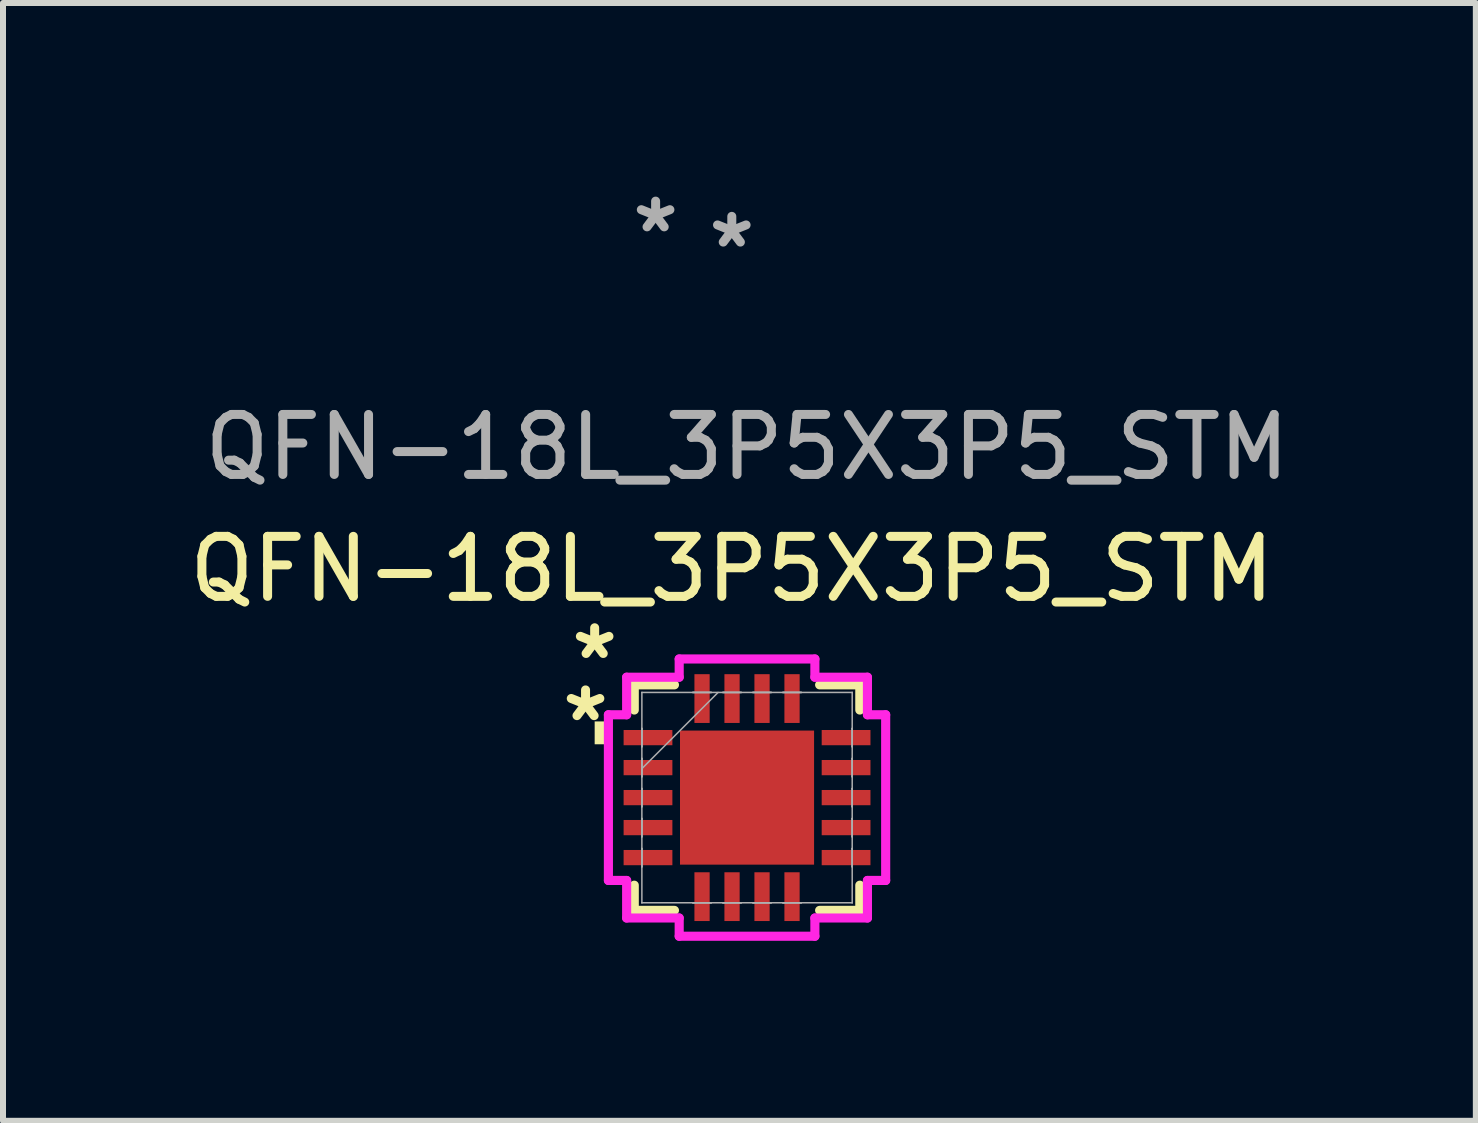
<source format=kicad_pcb>
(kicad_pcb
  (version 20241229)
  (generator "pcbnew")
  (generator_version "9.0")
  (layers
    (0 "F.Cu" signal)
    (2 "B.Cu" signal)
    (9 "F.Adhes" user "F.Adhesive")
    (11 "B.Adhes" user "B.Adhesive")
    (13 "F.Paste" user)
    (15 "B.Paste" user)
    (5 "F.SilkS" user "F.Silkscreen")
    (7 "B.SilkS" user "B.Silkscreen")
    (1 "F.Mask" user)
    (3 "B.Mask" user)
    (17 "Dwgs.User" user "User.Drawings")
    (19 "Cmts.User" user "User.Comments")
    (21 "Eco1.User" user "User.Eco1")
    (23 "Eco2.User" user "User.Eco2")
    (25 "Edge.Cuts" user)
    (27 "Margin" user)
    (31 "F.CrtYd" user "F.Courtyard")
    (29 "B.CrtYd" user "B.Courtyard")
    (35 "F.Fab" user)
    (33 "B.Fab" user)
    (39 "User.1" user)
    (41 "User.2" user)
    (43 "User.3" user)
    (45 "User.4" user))
  (footprint "QFN-18L_3P5X3P5_STM"
    (layer "F.Cu")
    (at 9.403 10.246)
    (property "Reference" "QFN-18L_3P5X3P5_STM" (at -0.254 -3.81 0) (unlocked yes) (layer "F.SilkS") (effects (font (size 1 1) (thickness 0.15))))
    (attr smd)
    (fp_line (start -1.88 -1.88) (end -1.88 -1.46) (stroke (width 0.152) (type solid)) (layer "F.SilkS"))
    (fp_line (start -1.88 1.46) (end -1.88 1.88) (stroke (width 0.152) (type solid)) (layer "F.SilkS"))
    (fp_line (start -1.88 1.88) (end -1.21 1.88) (stroke (width 0.152) (type solid)) (layer "F.SilkS"))
    (fp_line (start -1.21 -1.88) (end -1.88 -1.88) (stroke (width 0.152) (type solid)) (layer "F.SilkS"))
    (fp_line (start 1.21 1.88) (end 1.88 1.88) (stroke (width 0.152) (type solid)) (layer "F.SilkS"))
    (fp_line (start 1.88 -1.88) (end 1.21 -1.88) (stroke (width 0.152) (type solid)) (layer "F.SilkS"))
    (fp_line (start 1.88 -1.46) (end 1.88 -1.88) (stroke (width 0.152) (type solid)) (layer "F.SilkS"))
    (fp_line (start 1.88 1.88) (end 1.88 1.46) (stroke (width 0.152) (type solid)) (layer "F.SilkS"))
    (fp_poly (pts (xy -2.286 -1.27) (xy -2.286 -0.889) (xy -2.54 -0.889) (xy -2.54 -1.27)) (stroke (width 0) (type solid)) (fill yes) (layer "F.SilkS"))
    (fp_line (start -2.311 -1.381) (end -2.007 -1.381) (stroke (width 0.152) (type solid)) (layer "F.CrtYd"))
    (fp_line (start -2.311 1.381) (end -2.311 -1.381) (stroke (width 0.152) (type solid)) (layer "F.CrtYd"))
    (fp_line (start -2.007 -2.007) (end -1.131 -2.007) (stroke (width 0.152) (type solid)) (layer "F.CrtYd"))
    (fp_line (start -2.007 -1.381) (end -2.007 -2.007) (stroke (width 0.152) (type solid)) (layer "F.CrtYd"))
    (fp_line (start -2.007 1.381) (end -2.311 1.381) (stroke (width 0.152) (type solid)) (layer "F.CrtYd"))
    (fp_line (start -2.007 2.007) (end -2.007 1.381) (stroke (width 0.152) (type solid)) (layer "F.CrtYd"))
    (fp_line (start -1.131 -2.311) (end 1.131 -2.311) (stroke (width 0.152) (type solid)) (layer "F.CrtYd"))
    (fp_line (start -1.131 -2.007) (end -1.131 -2.311) (stroke (width 0.152) (type solid)) (layer "F.CrtYd"))
    (fp_line (start -1.131 2.007) (end -2.007 2.007) (stroke (width 0.152) (type solid)) (layer "F.CrtYd"))
    (fp_line (start -1.131 2.311) (end -1.131 2.007) (stroke (width 0.152) (type solid)) (layer "F.CrtYd"))
    (fp_line (start 1.131 -2.311) (end 1.131 -2.007) (stroke (width 0.152) (type solid)) (layer "F.CrtYd"))
    (fp_line (start 1.131 -2.007) (end 2.007 -2.007) (stroke (width 0.152) (type solid)) (layer "F.CrtYd"))
    (fp_line (start 1.131 2.007) (end 1.131 2.311) (stroke (width 0.152) (type solid)) (layer "F.CrtYd"))
    (fp_line (start 1.131 2.311) (end -1.131 2.311) (stroke (width 0.152) (type solid)) (layer "F.CrtYd"))
    (fp_line (start 2.007 -2.007) (end 2.007 -1.381) (stroke (width 0.152) (type solid)) (layer "F.CrtYd"))
    (fp_line (start 2.007 -1.381) (end 2.311 -1.381) (stroke (width 0.152) (type solid)) (layer "F.CrtYd"))
    (fp_line (start 2.007 1.381) (end 2.007 2.007) (stroke (width 0.152) (type solid)) (layer "F.CrtYd"))
    (fp_line (start 2.007 2.007) (end 1.131 2.007) (stroke (width 0.152) (type solid)) (layer "F.CrtYd"))
    (fp_line (start 2.311 -1.381) (end 2.311 1.381) (stroke (width 0.152) (type solid)) (layer "F.CrtYd"))
    (fp_line (start 2.311 1.381) (end 2.007 1.381) (stroke (width 0.152) (type solid)) (layer "F.CrtYd"))
    (fp_line (start -1.753 -1.753) (end -1.753 -1.753) (stroke (width 0.025) (type solid)) (layer "F.Fab"))
    (fp_line (start -1.753 -1.753) (end -1.753 1.753) (stroke (width 0.025) (type solid)) (layer "F.Fab"))
    (fp_line (start -1.753 -1.153) (end -1.753 -1.153) (stroke (width 0.025) (type solid)) (layer "F.Fab"))
    (fp_line (start -1.753 -1.153) (end -1.753 -0.848) (stroke (width 0.025) (type solid)) (layer "F.Fab"))
    (fp_line (start -1.753 -0.848) (end -1.753 -1.153) (stroke (width 0.025) (type solid)) (layer "F.Fab"))
    (fp_line (start -1.753 -0.848) (end -1.753 -0.848) (stroke (width 0.025) (type solid)) (layer "F.Fab"))
    (fp_line (start -1.753 -0.653) (end -1.753 -0.653) (stroke (width 0.025) (type solid)) (layer "F.Fab"))
    (fp_line (start -1.753 -0.653) (end -1.753 -0.348) (stroke (width 0.025) (type solid)) (layer "F.Fab"))
    (fp_line (start -1.753 -0.483) (end -0.483 -1.753) (stroke (width 0.025) (type solid)) (layer "F.Fab"))
    (fp_line (start -1.753 -0.348) (end -1.753 -0.653) (stroke (width 0.025) (type solid)) (layer "F.Fab"))
    (fp_line (start -1.753 -0.348) (end -1.753 -0.348) (stroke (width 0.025) (type solid)) (layer "F.Fab"))
    (fp_line (start -1.753 -0.152) (end -1.753 -0.152) (stroke (width 0.025) (type solid)) (layer "F.Fab"))
    (fp_line (start -1.753 -0.152) (end -1.753 0.152) (stroke (width 0.025) (type solid)) (layer "F.Fab"))
    (fp_line (start -1.753 0.152) (end -1.753 -0.152) (stroke (width 0.025) (type solid)) (layer "F.Fab"))
    (fp_line (start -1.753 0.152) (end -1.753 0.152) (stroke (width 0.025) (type solid)) (layer "F.Fab"))
    (fp_line (start -1.753 0.348) (end -1.753 0.348) (stroke (width 0.025) (type solid)) (layer "F.Fab"))
    (fp_line (start -1.753 0.348) (end -1.753 0.653) (stroke (width 0.025) (type solid)) (layer "F.Fab"))
    (fp_line (start -1.753 0.653) (end -1.753 0.348) (stroke (width 0.025) (type solid)) (layer "F.Fab"))
    (fp_line (start -1.753 0.653) (end -1.753 0.653) (stroke (width 0.025) (type solid)) (layer "F.Fab"))
    (fp_line (start -1.753 0.848) (end -1.753 0.848) (stroke (width 0.025) (type solid)) (layer "F.Fab"))
    (fp_line (start -1.753 0.848) (end -1.753 1.153) (stroke (width 0.025) (type solid)) (layer "F.Fab"))
    (fp_line (start -1.753 1.153) (end -1.753 0.848) (stroke (width 0.025) (type solid)) (layer "F.Fab"))
    (fp_line (start -1.753 1.153) (end -1.753 1.153) (stroke (width 0.025) (type solid)) (layer "F.Fab"))
    (fp_line (start -1.753 1.753) (end -1.753 1.753) (stroke (width 0.025) (type solid)) (layer "F.Fab"))
    (fp_line (start -1.753 1.753) (end 1.753 1.753) (stroke (width 0.025) (type solid)) (layer "F.Fab"))
    (fp_line (start -0.903 -1.753) (end -0.903 -1.753) (stroke (width 0.025) (type solid)) (layer "F.Fab"))
    (fp_line (start -0.903 -1.753) (end -0.598 -1.753) (stroke (width 0.025) (type solid)) (layer "F.Fab"))
    (fp_line (start -0.903 1.753) (end -0.903 1.753) (stroke (width 0.025) (type solid)) (layer "F.Fab"))
    (fp_line (start -0.903 1.753) (end -0.598 1.753) (stroke (width 0.025) (type solid)) (layer "F.Fab"))
    (fp_line (start -0.598 -1.753) (end -0.903 -1.753) (stroke (width 0.025) (type solid)) (layer "F.Fab"))
    (fp_line (start -0.598 -1.753) (end -0.598 -1.753) (stroke (width 0.025) (type solid)) (layer "F.Fab"))
    (fp_line (start -0.598 1.753) (end -0.903 1.753) (stroke (width 0.025) (type solid)) (layer "F.Fab"))
    (fp_line (start -0.598 1.753) (end -0.598 1.753) (stroke (width 0.025) (type solid)) (layer "F.Fab"))
    (fp_line (start -0.402 -1.753) (end -0.402 -1.753) (stroke (width 0.025) (type solid)) (layer "F.Fab"))
    (fp_line (start -0.402 -1.753) (end -0.098 -1.753) (stroke (width 0.025) (type solid)) (layer "F.Fab"))
    (fp_line (start -0.402 1.753) (end -0.402 1.753) (stroke (width 0.025) (type solid)) (layer "F.Fab"))
    (fp_line (start -0.402 1.753) (end -0.098 1.753) (stroke (width 0.025) (type solid)) (layer "F.Fab"))
    (fp_line (start -0.098 -1.753) (end -0.402 -1.753) (stroke (width 0.025) (type solid)) (layer "F.Fab"))
    (fp_line (start -0.098 -1.753) (end -0.098 -1.753) (stroke (width 0.025) (type solid)) (layer "F.Fab"))
    (fp_line (start -0.098 1.753) (end -0.402 1.753) (stroke (width 0.025) (type solid)) (layer "F.Fab"))
    (fp_line (start -0.098 1.753) (end -0.098 1.753) (stroke (width 0.025) (type solid)) (layer "F.Fab"))
    (fp_line (start 0.098 -1.753) (end 0.098 -1.753) (stroke (width 0.025) (type solid)) (layer "F.Fab"))
    (fp_line (start 0.098 -1.753) (end 0.402 -1.753) (stroke (width 0.025) (type solid)) (layer "F.Fab"))
    (fp_line (start 0.098 1.753) (end 0.098 1.753) (stroke (width 0.025) (type solid)) (layer "F.Fab"))
    (fp_line (start 0.098 1.753) (end 0.402 1.753) (stroke (width 0.025) (type solid)) (layer "F.Fab"))
    (fp_line (start 0.402 -1.753) (end 0.098 -1.753) (stroke (width 0.025) (type solid)) (layer "F.Fab"))
    (fp_line (start 0.402 -1.753) (end 0.402 -1.753) (stroke (width 0.025) (type solid)) (layer "F.Fab"))
    (fp_line (start 0.402 1.753) (end 0.098 1.753) (stroke (width 0.025) (type solid)) (layer "F.Fab"))
    (fp_line (start 0.402 1.753) (end 0.402 1.753) (stroke (width 0.025) (type solid)) (layer "F.Fab"))
    (fp_line (start 0.598 -1.753) (end 0.598 -1.753) (stroke (width 0.025) (type solid)) (layer "F.Fab"))
    (fp_line (start 0.598 -1.753) (end 0.903 -1.753) (stroke (width 0.025) (type solid)) (layer "F.Fab"))
    (fp_line (start 0.598 1.753) (end 0.598 1.753) (stroke (width 0.025) (type solid)) (layer "F.Fab"))
    (fp_line (start 0.598 1.753) (end 0.903 1.753) (stroke (width 0.025) (type solid)) (layer "F.Fab"))
    (fp_line (start 0.903 -1.753) (end 0.598 -1.753) (stroke (width 0.025) (type solid)) (layer "F.Fab"))
    (fp_line (start 0.903 -1.753) (end 0.903 -1.753) (stroke (width 0.025) (type solid)) (layer "F.Fab"))
    (fp_line (start 0.903 1.753) (end 0.598 1.753) (stroke (width 0.025) (type solid)) (layer "F.Fab"))
    (fp_line (start 0.903 1.753) (end 0.903 1.753) (stroke (width 0.025) (type solid)) (layer "F.Fab"))
    (fp_line (start 1.753 -1.753) (end -1.753 -1.753) (stroke (width 0.025) (type solid)) (layer "F.Fab"))
    (fp_line (start 1.753 -1.753) (end 1.753 -1.753) (stroke (width 0.025) (type solid)) (layer "F.Fab"))
    (fp_line (start 1.753 -1.153) (end 1.753 -1.153) (stroke (width 0.025) (type solid)) (layer "F.Fab"))
    (fp_line (start 1.753 -1.153) (end 1.753 -0.848) (stroke (width 0.025) (type solid)) (layer "F.Fab"))
    (fp_line (start 1.753 -0.848) (end 1.753 -1.153) (stroke (width 0.025) (type solid)) (layer "F.Fab"))
    (fp_line (start 1.753 -0.848) (end 1.753 -0.848) (stroke (width 0.025) (type solid)) (layer "F.Fab"))
    (fp_line (start 1.753 -0.653) (end 1.753 -0.653) (stroke (width 0.025) (type solid)) (layer "F.Fab"))
    (fp_line (start 1.753 -0.653) (end 1.753 -0.348) (stroke (width 0.025) (type solid)) (layer "F.Fab"))
    (fp_line (start 1.753 -0.348) (end 1.753 -0.653) (stroke (width 0.025) (type solid)) (layer "F.Fab"))
    (fp_line (start 1.753 -0.348) (end 1.753 -0.348) (stroke (width 0.025) (type solid)) (layer "F.Fab"))
    (fp_line (start 1.753 -0.152) (end 1.753 -0.152) (stroke (width 0.025) (type solid)) (layer "F.Fab"))
    (fp_line (start 1.753 -0.152) (end 1.753 0.152) (stroke (width 0.025) (type solid)) (layer "F.Fab"))
    (fp_line (start 1.753 0.152) (end 1.753 -0.152) (stroke (width 0.025) (type solid)) (layer "F.Fab"))
    (fp_line (start 1.753 0.152) (end 1.753 0.152) (stroke (width 0.025) (type solid)) (layer "F.Fab"))
    (fp_line (start 1.753 0.348) (end 1.753 0.348) (stroke (width 0.025) (type solid)) (layer "F.Fab"))
    (fp_line (start 1.753 0.348) (end 1.753 0.653) (stroke (width 0.025) (type solid)) (layer "F.Fab"))
    (fp_line (start 1.753 0.653) (end 1.753 0.348) (stroke (width 0.025) (type solid)) (layer "F.Fab"))
    (fp_line (start 1.753 0.653) (end 1.753 0.653) (stroke (width 0.025) (type solid)) (layer "F.Fab"))
    (fp_line (start 1.753 0.848) (end 1.753 0.848) (stroke (width 0.025) (type solid)) (layer "F.Fab"))
    (fp_line (start 1.753 0.848) (end 1.753 1.153) (stroke (width 0.025) (type solid)) (layer "F.Fab"))
    (fp_line (start 1.753 1.153) (end 1.753 0.848) (stroke (width 0.025) (type solid)) (layer "F.Fab"))
    (fp_line (start 1.753 1.153) (end 1.753 1.153) (stroke (width 0.025) (type solid)) (layer "F.Fab"))
    (fp_line (start 1.753 1.753) (end 1.753 -1.753) (stroke (width 0.025) (type solid)) (layer "F.Fab"))
    (fp_line (start 1.753 1.753) (end 1.753 1.753) (stroke (width 0.025) (type solid)) (layer "F.Fab"))
    (fp_text user "*" (at -2.54 -2.286 0) (unlocked yes) (layer "F.SilkS") (effects (font (size 1 1) (thickness 0.15))))
    (fp_text user "*" (at -2.692 -1.25 0) (layer "F.SilkS") (effects (font (size 1 1) (thickness 0.15))))
    (fp_text user "*" (at -1.524 -9.398 0) (layer "F.Fab") (effects (font (size 1 1) (thickness 0.15))))
    (fp_text user "${REFERENCE}" (at 0 -5.842 0) (unlocked yes) (layer "F.Fab") (effects (font (size 1 1) (thickness 0.15))))
    (fp_text user "*" (at -0.254 -9.144 0) (unlocked yes) (layer "F.Fab") (effects (font (size 1 1) (thickness 0.15))))
    (pad "1" smd rect (at -1.651 -1 90) (size 0.254 0.813) (layers "F.Cu" "F.Mask" "F.Paste"))
    (pad "2" smd rect (at -1.651 -0.5 90) (size 0.254 0.813) (layers "F.Cu" "F.Mask" "F.Paste"))
    (pad "3" smd rect (at -1.651 0 90) (size 0.254 0.813) (layers "F.Cu" "F.Mask" "F.Paste"))
    (pad "4" smd rect (at -1.651 0.5 90) (size 0.254 0.813) (layers "F.Cu" "F.Mask" "F.Paste"))
    (pad "5" smd rect (at -1.651 1 90) (size 0.254 0.813) (layers "F.Cu" "F.Mask" "F.Paste"))
    (pad "6" smd rect (at -0.75 1.651) (size 0.254 0.813) (layers "F.Cu" "F.Mask" "F.Paste"))
    (pad "7" smd rect (at -0.25 1.651) (size 0.254 0.813) (layers "F.Cu" "F.Mask" "F.Paste"))
    (pad "8" smd rect (at 0.25 1.651) (size 0.254 0.813) (layers "F.Cu" "F.Mask" "F.Paste"))
    (pad "9" smd rect (at 0.75 1.651) (size 0.254 0.813) (layers "F.Cu" "F.Mask" "F.Paste"))
    (pad "10" smd rect (at 1.651 1 90) (size 0.254 0.813) (layers "F.Cu" "F.Mask" "F.Paste"))
    (pad "11" smd rect (at 1.651 0.5 90) (size 0.254 0.813) (layers "F.Cu" "F.Mask" "F.Paste"))
    (pad "12" smd rect (at 1.651 0 90) (size 0.254 0.813) (layers "F.Cu" "F.Mask" "F.Paste"))
    (pad "13" smd rect (at 1.651 -0.5 90) (size 0.254 0.813) (layers "F.Cu" "F.Mask" "F.Paste"))
    (pad "14" smd rect (at 1.651 -1 90) (size 0.254 0.813) (layers "F.Cu" "F.Mask" "F.Paste"))
    (pad "15" smd rect (at 0.75 -1.651) (size 0.254 0.813) (layers "F.Cu" "F.Mask" "F.Paste"))
    (pad "16" smd rect (at 0.25 -1.651) (size 0.254 0.813) (layers "F.Cu" "F.Mask" "F.Paste"))
    (pad "17" smd rect (at -0.25 -1.651) (size 0.254 0.813) (layers "F.Cu" "F.Mask" "F.Paste"))
    (pad "18" smd rect (at -0.75 -1.651) (size 0.254 0.813) (layers "F.Cu" "F.Mask" "F.Paste"))
    (pad "19" smd rect (at 0 0) (size 2.235 2.235) (layers "F.Cu" "F.Mask" "F.Paste")))
  (gr_rect
    (start -3 -3)
    (end 21.552 15.634)
    (stroke (width 0.1) (type default))
    (fill no)
    (layer "Edge.Cuts")))
</source>
